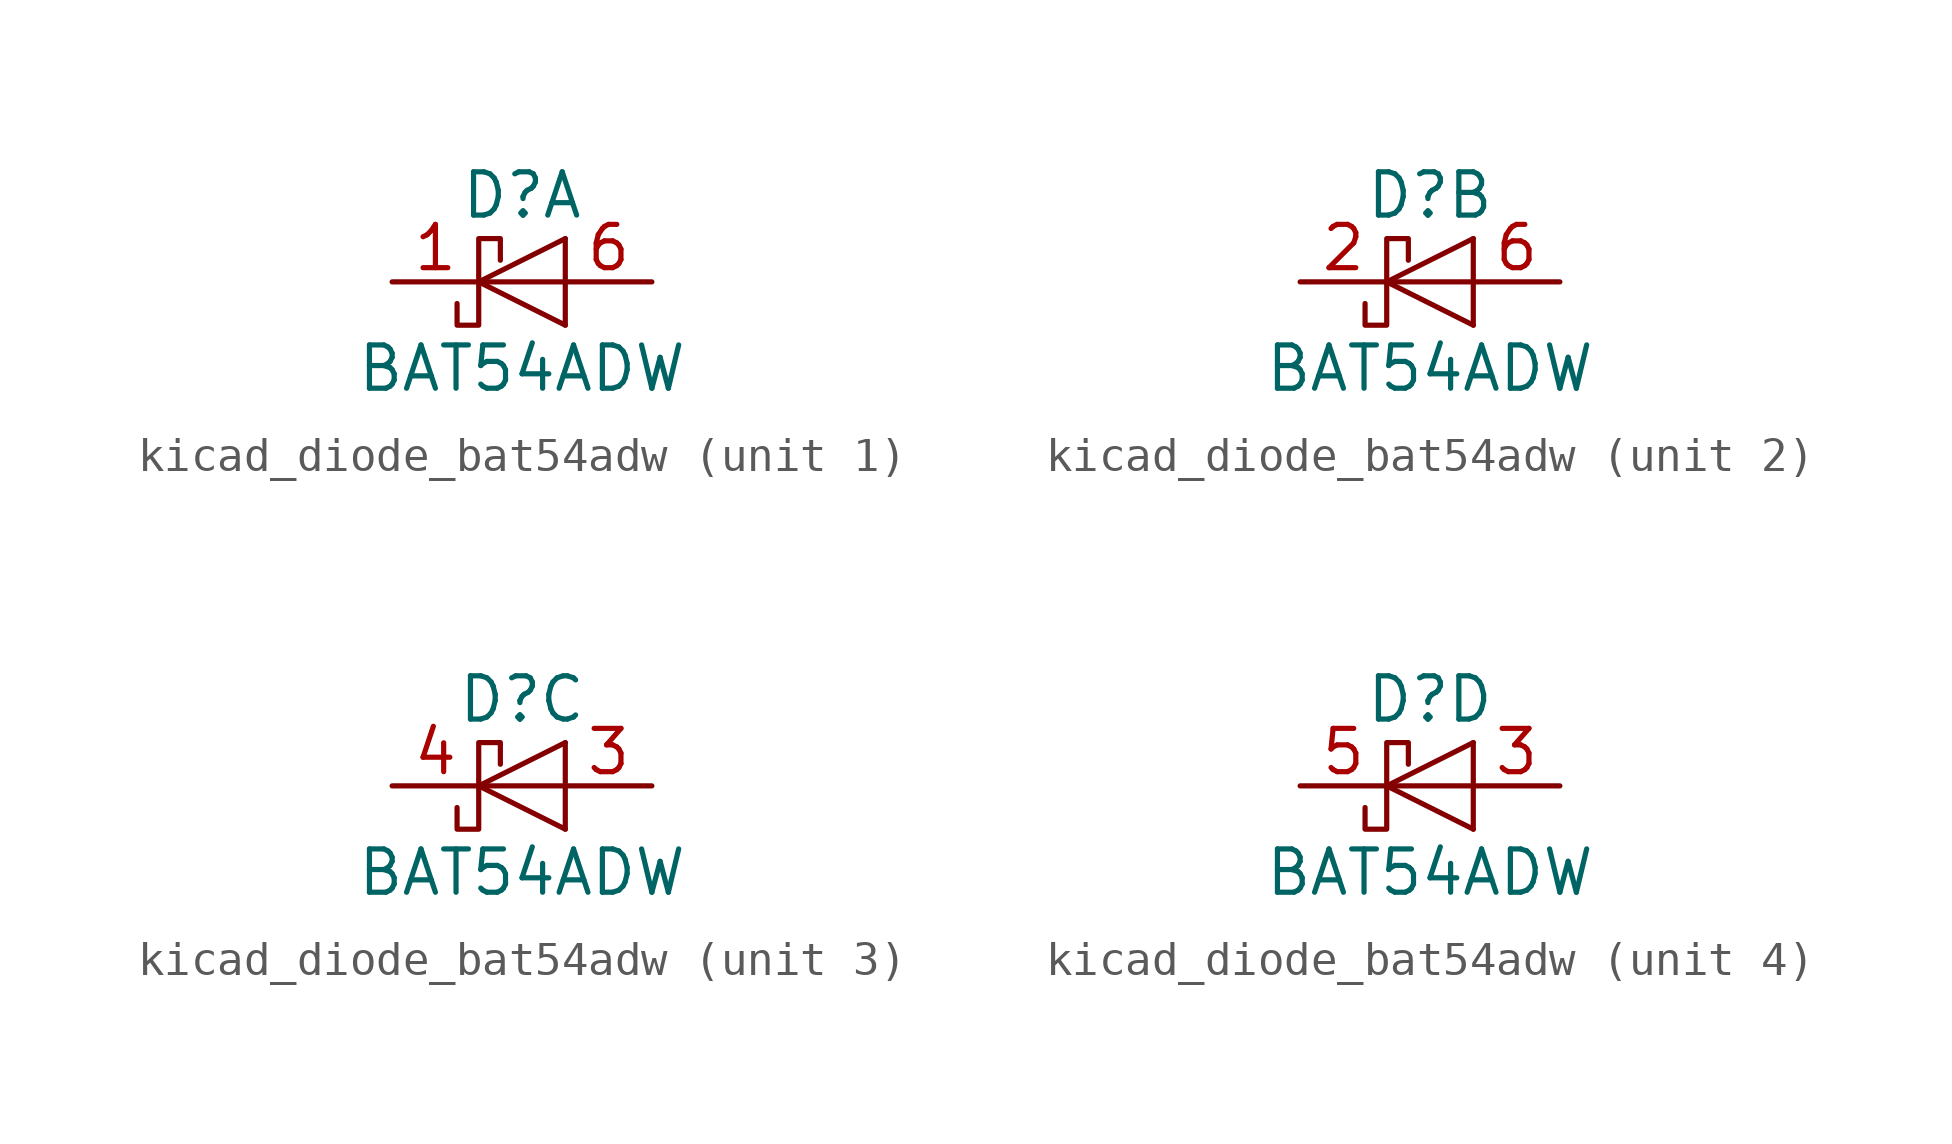
<source format=kicad_sym>
(kicad_symbol_lib
  (version 20220914)
  (generator kicad_symbol_editor)
  (symbol "kicad_diode_bat54adw"
    (pin_names
      (offset 1.016) hide)
    (property "Reference" "D"
      (at 0 2.54 0)
      (effects (font (size 1.27 1.27))))
    (property "Value" "BAT54ADW"
      (at 0 -2.54 0)
      (effects (font (size 1.27 1.27))))
    (symbol "kicad_diode_bat54adw_0_1"
      (polyline (pts (xy 1.27 -1.27) (xy 1.27 1.27)) (stroke (width 0) (type default)) (fill (type none)))
      (polyline (pts (xy 1.27 0) (xy -1.27 0)) (stroke (width 0) (type default)) (fill (type none)))
      (polyline (pts (xy 1.27 1.27) (xy -1.27 0) (xy 1.27 -1.27)) (stroke (width 0) (type default)) (fill (type none)))
      (polyline (pts (xy -0.635 0.635) (xy -0.635 1.27) (xy -1.27 1.27) (xy -1.27 -1.27) (xy -1.905 -1.27) (xy -1.905 -0.635)) (stroke (width 0) (type default)) (fill (type none))))
    (symbol "kicad_diode_bat54adw_1_1"
      (pin passive line (at -3.81 0 0) (length 2.54) (name "K" (effects (font (size 1.27 1.27)))) (number "1" (effects (font (size 1.27 1.27)))))
      (pin passive line (at 3.81 0 180) (length 2.54) (name "A" (effects (font (size 1.27 1.27)))) (number "6" (effects (font (size 1.27 1.27))))))
    (symbol "kicad_diode_bat54adw_2_1"
      (pin passive line (at -3.81 0 0) (length 2.54) (name "K" (effects (font (size 1.27 1.27)))) (number "2" (effects (font (size 1.27 1.27)))))
      (pin passive line (at 3.81 0 180) (length 2.54) (name "A" (effects (font (size 1.27 1.27)))) (number "6" (effects (font (size 1.27 1.27))))))
    (symbol "kicad_diode_bat54adw_3_1"
      (pin passive line (at 3.81 0 180) (length 2.54) (name "A" (effects (font (size 1.27 1.27)))) (number "3" (effects (font (size 1.27 1.27)))))
      (pin passive line (at -3.81 0 0) (length 2.54) (name "K" (effects (font (size 1.27 1.27)))) (number "4" (effects (font (size 1.27 1.27))))))
    (symbol "kicad_diode_bat54adw_4_1"
      (pin passive line (at 3.81 0 180) (length 2.54) (name "A" (effects (font (size 1.27 1.27)))) (number "3" (effects (font (size 1.27 1.27)))))
      (pin passive line (at -3.81 0 0) (length 2.54) (name "K" (effects (font (size 1.27 1.27)))) (number "5" (effects (font (size 1.27 1.27))))))))
</source>
